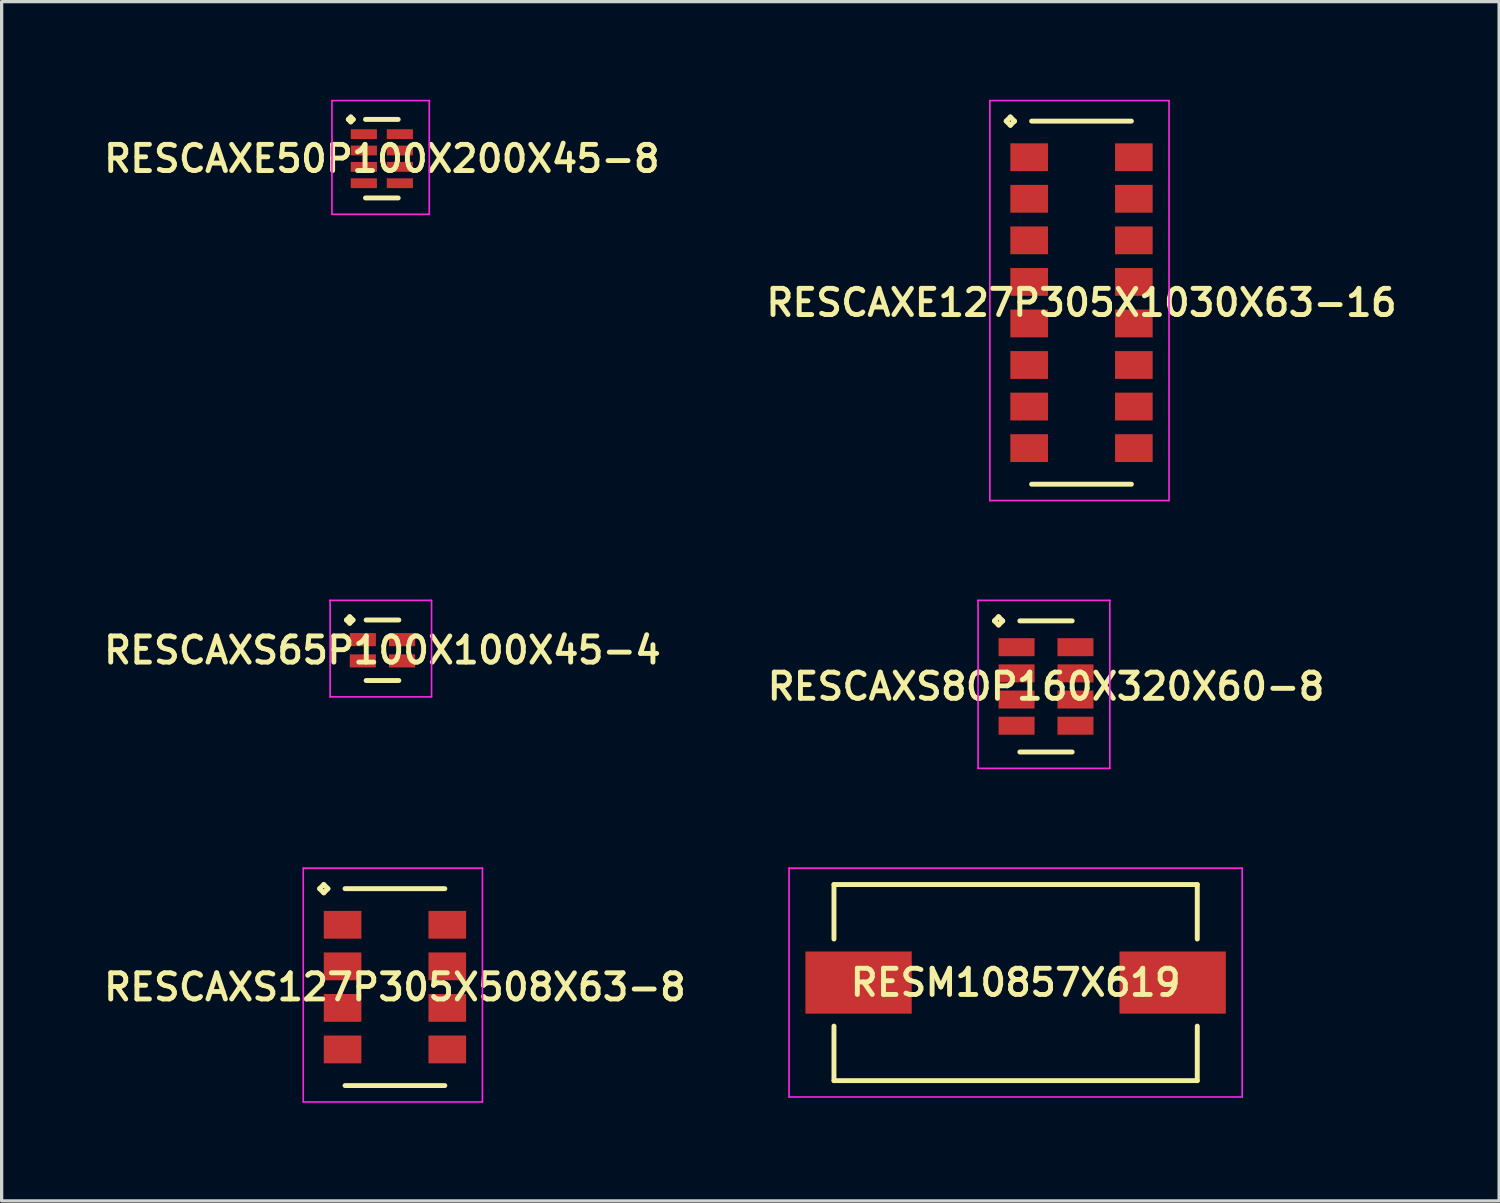
<source format=kicad_pcb>
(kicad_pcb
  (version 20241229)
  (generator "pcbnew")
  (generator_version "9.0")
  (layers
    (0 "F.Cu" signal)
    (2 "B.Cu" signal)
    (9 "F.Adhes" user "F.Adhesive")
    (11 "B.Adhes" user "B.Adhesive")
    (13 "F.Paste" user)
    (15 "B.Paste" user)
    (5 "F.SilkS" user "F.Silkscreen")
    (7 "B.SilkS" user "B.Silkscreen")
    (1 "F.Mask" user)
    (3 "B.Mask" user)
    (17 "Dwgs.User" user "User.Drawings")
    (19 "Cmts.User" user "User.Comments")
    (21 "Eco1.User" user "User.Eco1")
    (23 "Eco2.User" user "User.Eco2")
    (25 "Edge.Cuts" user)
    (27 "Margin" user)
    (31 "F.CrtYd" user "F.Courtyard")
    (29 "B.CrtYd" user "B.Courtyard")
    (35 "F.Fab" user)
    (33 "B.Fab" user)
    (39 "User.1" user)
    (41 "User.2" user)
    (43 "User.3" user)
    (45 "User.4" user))
  (footprint "RESCAXS127P305X508X63-8"
    (layer "F.Cu")
    (at 9.021 27.121)
    (property "Reference" "RESCAXS127P305X508X63-8" (at 0 0 0) (layer "F.SilkS") (effects (font (size 0.8 0.8) (thickness 0.15))))
    (attr smd)
    (fp_line (start -2.302 -3.009) (end -2.175 -3.136) (stroke (width 0.15) (type solid)) (layer "F.SilkS"))
    (fp_line (start -2.175 -3.136) (end -2.048 -3.009) (stroke (width 0.15) (type solid)) (layer "F.SilkS"))
    (fp_line (start -2.175 -2.882) (end -2.302 -3.009) (stroke (width 0.15) (type solid)) (layer "F.SilkS"))
    (fp_line (start -2.048 -3.009) (end -2.175 -2.882) (stroke (width 0.15) (type solid)) (layer "F.SilkS"))
    (fp_line (start -1.525 -3.009) (end 1.525 -3.009) (stroke (width 0.15) (type solid)) (layer "F.SilkS"))
    (fp_line (start -1.525 3.009) (end 1.525 3.009) (stroke (width 0.15) (type solid)) (layer "F.SilkS"))
    (fp_line (start -2.802 -3.636) (end 2.675 -3.636) (stroke (width 0.05) (type solid)) (layer "F.CrtYd"))
    (fp_line (start -2.802 3.509) (end -2.802 -3.636) (stroke (width 0.05) (type solid)) (layer "F.CrtYd"))
    (fp_line (start 2.675 -3.636) (end 2.675 3.509) (stroke (width 0.05) (type solid)) (layer "F.CrtYd"))
    (fp_line (start 2.675 3.509) (end -2.802 3.509) (stroke (width 0.05) (type solid)) (layer "F.CrtYd"))
    (pad "1" smd rect (at -1.6 -1.905) (size 1.15 0.85) (layers "F.Cu" "F.Mask" "F.Paste"))
    (pad "2" smd rect (at -1.6 -0.635) (size 1.15 0.85) (layers "F.Cu" "F.Mask" "F.Paste"))
    (pad "3" smd rect (at -1.6 0.635) (size 1.15 0.85) (layers "F.Cu" "F.Mask" "F.Paste"))
    (pad "4" smd rect (at -1.6 1.905) (size 1.15 0.85) (layers "F.Cu" "F.Mask" "F.Paste"))
    (pad "5" smd rect (at 1.6 1.905) (size 1.15 0.85) (layers "F.Cu" "F.Mask" "F.Paste"))
    (pad "6" smd rect (at 1.6 0.635) (size 1.15 0.85) (layers "F.Cu" "F.Mask" "F.Paste"))
    (pad "7" smd rect (at 1.6 -0.635) (size 1.15 0.85) (layers "F.Cu" "F.Mask" "F.Paste"))
    (pad "8" smd rect (at 1.6 -1.905) (size 1.15 0.85) (layers "F.Cu" "F.Mask" "F.Paste")))
  (footprint "RESM10857X619"
    (layer "F.Cu")
    (at 27.992 26.982)
    (property "Reference" "RESM10857X619" (at 0 0 0) (layer "F.SilkS") (effects (font (size 0.8 0.8) (thickness 0.15))))
    (attr smd)
    (fp_line (start -5.552 -2.997) (end 5.552 -2.997) (stroke (width 0.15) (type solid)) (layer "F.SilkS"))
    (fp_line (start -5.552 -1.331) (end -5.552 -2.997) (stroke (width 0.15) (type solid)) (layer "F.SilkS"))
    (fp_line (start -5.552 1.331) (end -5.552 2.997) (stroke (width 0.15) (type solid)) (layer "F.SilkS"))
    (fp_line (start -5.552 2.997) (end 5.552 2.997) (stroke (width 0.15) (type solid)) (layer "F.SilkS"))
    (fp_line (start 5.552 -2.997) (end 5.552 -1.331) (stroke (width 0.15) (type solid)) (layer "F.SilkS"))
    (fp_line (start 5.552 2.997) (end 5.552 1.331) (stroke (width 0.15) (type solid)) (layer "F.SilkS"))
    (fp_line (start -6.925 -3.497) (end 6.925 -3.497) (stroke (width 0.05) (type solid)) (layer "F.CrtYd"))
    (fp_line (start -6.925 3.497) (end -6.925 -3.497) (stroke (width 0.05) (type solid)) (layer "F.CrtYd"))
    (fp_line (start 6.925 -3.497) (end 6.925 3.497) (stroke (width 0.05) (type solid)) (layer "F.CrtYd"))
    (fp_line (start 6.925 3.497) (end -6.925 3.497) (stroke (width 0.05) (type solid)) (layer "F.CrtYd"))
    (pad "1" smd rect (at -4.8 0) (size 3.25 1.9) (layers "F.Cu" "F.Mask" "F.Paste"))
    (pad "2" smd rect (at 4.8 0) (size 3.25 1.9) (layers "F.Cu" "F.Mask" "F.Paste")))
  (footprint "RESCAXS65P100X100X45-4"
    (layer "F.Cu")
    (at 8.64 16.825)
    (property "Reference" "RESCAXS65P100X100X45-4" (at 0 0 0) (layer "F.SilkS") (effects (font (size 0.8 0.8) (thickness 0.15))))
    (attr smd)
    (fp_line (start -1.1 -0.925) (end -1 -1.025) (stroke (width 0.15) (type solid)) (layer "F.SilkS"))
    (fp_line (start -1 -1.025) (end -0.9 -0.925) (stroke (width 0.15) (type solid)) (layer "F.SilkS"))
    (fp_line (start -1 -0.825) (end -1.1 -0.925) (stroke (width 0.15) (type solid)) (layer "F.SilkS"))
    (fp_line (start -0.9 -0.925) (end -1 -0.825) (stroke (width 0.15) (type solid)) (layer "F.SilkS"))
    (fp_line (start -0.5 -0.925) (end 0.5 -0.925) (stroke (width 0.15) (type solid)) (layer "F.SilkS"))
    (fp_line (start -0.5 0.925) (end 0.5 0.925) (stroke (width 0.15) (type solid)) (layer "F.SilkS"))
    (fp_line (start -1.6 -1.525) (end 1.5 -1.525) (stroke (width 0.05) (type solid)) (layer "F.CrtYd"))
    (fp_line (start -1.6 1.425) (end -1.6 -1.525) (stroke (width 0.05) (type solid)) (layer "F.CrtYd"))
    (fp_line (start 1.5 -1.525) (end 1.5 1.425) (stroke (width 0.05) (type solid)) (layer "F.CrtYd"))
    (fp_line (start 1.5 1.425) (end -1.6 1.425) (stroke (width 0.05) (type solid)) (layer "F.CrtYd"))
    (pad "1" smd rect (at -0.6 -0.325) (size 0.8 0.4) (layers "F.Cu" "F.Mask" "F.Paste"))
    (pad "2" smd rect (at -0.6 0.325) (size 0.8 0.4) (layers "F.Cu" "F.Mask" "F.Paste"))
    (pad "3" smd rect (at 0.6 0.325) (size 0.8 0.4) (layers "F.Cu" "F.Mask" "F.Paste"))
    (pad "4" smd rect (at 0.6 -0.325) (size 0.8 0.4) (layers "F.Cu" "F.Mask" "F.Paste")))
  (footprint "RESCAXS80P160X320X60-8"
    (layer "F.Cu")
    (at 28.921 17.931)
    (property "Reference" "RESCAXS80P160X320X60-8" (at 0 0 0) (layer "F.SilkS") (effects (font (size 0.8 0.8) (thickness 0.15))))
    (attr smd)
    (fp_line (start -1.577 -2.004) (end -1.45 -2.131) (stroke (width 0.15) (type solid)) (layer "F.SilkS"))
    (fp_line (start -1.45 -2.131) (end -1.323 -2.004) (stroke (width 0.15) (type solid)) (layer "F.SilkS"))
    (fp_line (start -1.45 -1.877) (end -1.577 -2.004) (stroke (width 0.15) (type solid)) (layer "F.SilkS"))
    (fp_line (start -1.323 -2.004) (end -1.45 -1.877) (stroke (width 0.15) (type solid)) (layer "F.SilkS"))
    (fp_line (start -0.8 -2.004) (end 0.8 -2.004) (stroke (width 0.15) (type solid)) (layer "F.SilkS"))
    (fp_line (start -0.8 2.004) (end 0.8 2.004) (stroke (width 0.15) (type solid)) (layer "F.SilkS"))
    (fp_line (start -2.077 -2.631) (end 1.95 -2.631) (stroke (width 0.05) (type solid)) (layer "F.CrtYd"))
    (fp_line (start -2.077 2.504) (end -2.077 -2.631) (stroke (width 0.05) (type solid)) (layer "F.CrtYd"))
    (fp_line (start 1.95 -2.631) (end 1.95 2.504) (stroke (width 0.05) (type solid)) (layer "F.CrtYd"))
    (fp_line (start 1.95 2.504) (end -2.077 2.504) (stroke (width 0.05) (type solid)) (layer "F.CrtYd"))
    (pad "1" smd rect (at -0.9 -1.2) (size 1.1 0.55) (layers "F.Cu" "F.Mask" "F.Paste"))
    (pad "2" smd rect (at -0.9 -0.4) (size 1.1 0.55) (layers "F.Cu" "F.Mask" "F.Paste"))
    (pad "3" smd rect (at -0.9 0.4) (size 1.1 0.55) (layers "F.Cu" "F.Mask" "F.Paste"))
    (pad "4" smd rect (at -0.9 1.2) (size 1.1 0.55) (layers "F.Cu" "F.Mask" "F.Paste"))
    (pad "5" smd rect (at 0.9 1.2) (size 1.1 0.55) (layers "F.Cu" "F.Mask" "F.Paste"))
    (pad "6" smd rect (at 0.9 0.4) (size 1.1 0.55) (layers "F.Cu" "F.Mask" "F.Paste"))
    (pad "7" smd rect (at 0.9 -0.4) (size 1.1 0.55) (layers "F.Cu" "F.Mask" "F.Paste"))
    (pad "8" smd rect (at 0.9 -1.2) (size 1.1 0.55) (layers "F.Cu" "F.Mask" "F.Paste")))
  (footprint "RESCAXE127P305X1030X63-16"
    (layer "F.Cu")
    (at 30.006 6.201)
    (property "Reference" "RESCAXE127P305X1030X63-16" (at 0 0 0) (layer "F.SilkS") (effects (font (size 0.8 0.8) (thickness 0.15))))
    (attr smd)
    (fp_line (start -2.302 -5.549) (end -2.175 -5.676) (stroke (width 0.15) (type solid)) (layer "F.SilkS"))
    (fp_line (start -2.175 -5.676) (end -2.048 -5.549) (stroke (width 0.15) (type solid)) (layer "F.SilkS"))
    (fp_line (start -2.175 -5.422) (end -2.302 -5.549) (stroke (width 0.15) (type solid)) (layer "F.SilkS"))
    (fp_line (start -2.048 -5.549) (end -2.175 -5.422) (stroke (width 0.15) (type solid)) (layer "F.SilkS"))
    (fp_line (start -1.525 -5.549) (end 1.525 -5.549) (stroke (width 0.15) (type solid)) (layer "F.SilkS"))
    (fp_line (start -1.525 5.549) (end 1.525 5.549) (stroke (width 0.15) (type solid)) (layer "F.SilkS"))
    (fp_line (start -2.802 -6.176) (end 2.675 -6.176) (stroke (width 0.05) (type solid)) (layer "F.CrtYd"))
    (fp_line (start -2.802 6.049) (end -2.802 -6.176) (stroke (width 0.05) (type solid)) (layer "F.CrtYd"))
    (fp_line (start 2.675 -6.176) (end 2.675 6.049) (stroke (width 0.05) (type solid)) (layer "F.CrtYd"))
    (fp_line (start 2.675 6.049) (end -2.802 6.049) (stroke (width 0.05) (type solid)) (layer "F.CrtYd"))
    (pad "1" smd rect (at -1.6 -4.445) (size 1.15 0.85) (layers "F.Cu" "F.Mask" "F.Paste"))
    (pad "2" smd rect (at -1.6 -3.175) (size 1.15 0.85) (layers "F.Cu" "F.Mask" "F.Paste"))
    (pad "3" smd rect (at -1.6 -1.905) (size 1.15 0.85) (layers "F.Cu" "F.Mask" "F.Paste"))
    (pad "4" smd rect (at -1.6 -0.635) (size 1.15 0.85) (layers "F.Cu" "F.Mask" "F.Paste"))
    (pad "5" smd rect (at -1.6 0.635) (size 1.15 0.85) (layers "F.Cu" "F.Mask" "F.Paste"))
    (pad "6" smd rect (at -1.6 1.905) (size 1.15 0.85) (layers "F.Cu" "F.Mask" "F.Paste"))
    (pad "7" smd rect (at -1.6 3.175) (size 1.15 0.85) (layers "F.Cu" "F.Mask" "F.Paste"))
    (pad "8" smd rect (at -1.6 4.445) (size 1.15 0.85) (layers "F.Cu" "F.Mask" "F.Paste"))
    (pad "9" smd rect (at 1.6 4.445) (size 1.15 0.85) (layers "F.Cu" "F.Mask" "F.Paste"))
    (pad "10" smd rect (at 1.6 3.175) (size 1.15 0.85) (layers "F.Cu" "F.Mask" "F.Paste"))
    (pad "11" smd rect (at 1.6 1.905) (size 1.15 0.85) (layers "F.Cu" "F.Mask" "F.Paste"))
    (pad "12" smd rect (at 1.6 0.635) (size 1.15 0.85) (layers "F.Cu" "F.Mask" "F.Paste"))
    (pad "13" smd rect (at 1.6 -0.635) (size 1.15 0.85) (layers "F.Cu" "F.Mask" "F.Paste"))
    (pad "14" smd rect (at 1.6 -1.905) (size 1.15 0.85) (layers "F.Cu" "F.Mask" "F.Paste"))
    (pad "15" smd rect (at 1.6 -3.175) (size 1.15 0.85) (layers "F.Cu" "F.Mask" "F.Paste"))
    (pad "16" smd rect (at 1.6 -4.445) (size 1.15 0.85) (layers "F.Cu" "F.Mask" "F.Paste")))
  (footprint "RESCAXE50P100X200X45-8"
    (layer "F.Cu")
    (at 8.621 1.8)
    (property "Reference" "RESCAXE50P100X200X45-8" (at 0 0 0) (layer "F.SilkS") (effects (font (size 0.8 0.8) (thickness 0.15))))
    (attr smd)
    (fp_line (start -1.025 -1.2) (end -0.95 -1.275) (stroke (width 0.15) (type solid)) (layer "F.SilkS"))
    (fp_line (start -0.95 -1.275) (end -0.875 -1.2) (stroke (width 0.15) (type solid)) (layer "F.SilkS"))
    (fp_line (start -0.95 -1.125) (end -1.025 -1.2) (stroke (width 0.15) (type solid)) (layer "F.SilkS"))
    (fp_line (start -0.875 -1.2) (end -0.95 -1.125) (stroke (width 0.15) (type solid)) (layer "F.SilkS"))
    (fp_line (start -0.5 -1.2) (end 0.5 -1.2) (stroke (width 0.15) (type solid)) (layer "F.SilkS"))
    (fp_line (start -0.5 1.2) (end 0.5 1.2) (stroke (width 0.15) (type solid)) (layer "F.SilkS"))
    (fp_line (start -1.525 -1.775) (end 1.45 -1.775) (stroke (width 0.05) (type solid)) (layer "F.CrtYd"))
    (fp_line (start -1.525 1.7) (end -1.525 -1.775) (stroke (width 0.05) (type solid)) (layer "F.CrtYd"))
    (fp_line (start 1.45 -1.775) (end 1.45 1.7) (stroke (width 0.05) (type solid)) (layer "F.CrtYd"))
    (fp_line (start 1.45 1.7) (end -1.525 1.7) (stroke (width 0.05) (type solid)) (layer "F.CrtYd"))
    (pad "1" smd rect (at -0.55 -0.75) (size 0.8 0.3) (layers "F.Cu" "F.Mask" "F.Paste"))
    (pad "2" smd rect (at -0.55 -0.25) (size 0.8 0.3) (layers "F.Cu" "F.Mask" "F.Paste"))
    (pad "3" smd rect (at -0.55 0.25) (size 0.8 0.3) (layers "F.Cu" "F.Mask" "F.Paste"))
    (pad "4" smd rect (at -0.55 0.75) (size 0.8 0.3) (layers "F.Cu" "F.Mask" "F.Paste"))
    (pad "5" smd rect (at 0.55 0.75) (size 0.8 0.3) (layers "F.Cu" "F.Mask" "F.Paste"))
    (pad "6" smd rect (at 0.55 0.25) (size 0.8 0.3) (layers "F.Cu" "F.Mask" "F.Paste"))
    (pad "7" smd rect (at 0.55 -0.25) (size 0.8 0.3) (layers "F.Cu" "F.Mask" "F.Paste"))
    (pad "8" smd rect (at 0.55 -0.75) (size 0.8 0.3) (layers "F.Cu" "F.Mask" "F.Paste")))
  (gr_rect
    (start -3 -3)
    (end 42.77 33.655)
    (stroke (width 0.1) (type default))
    (fill no)
    (layer "Edge.Cuts")))
</source>
